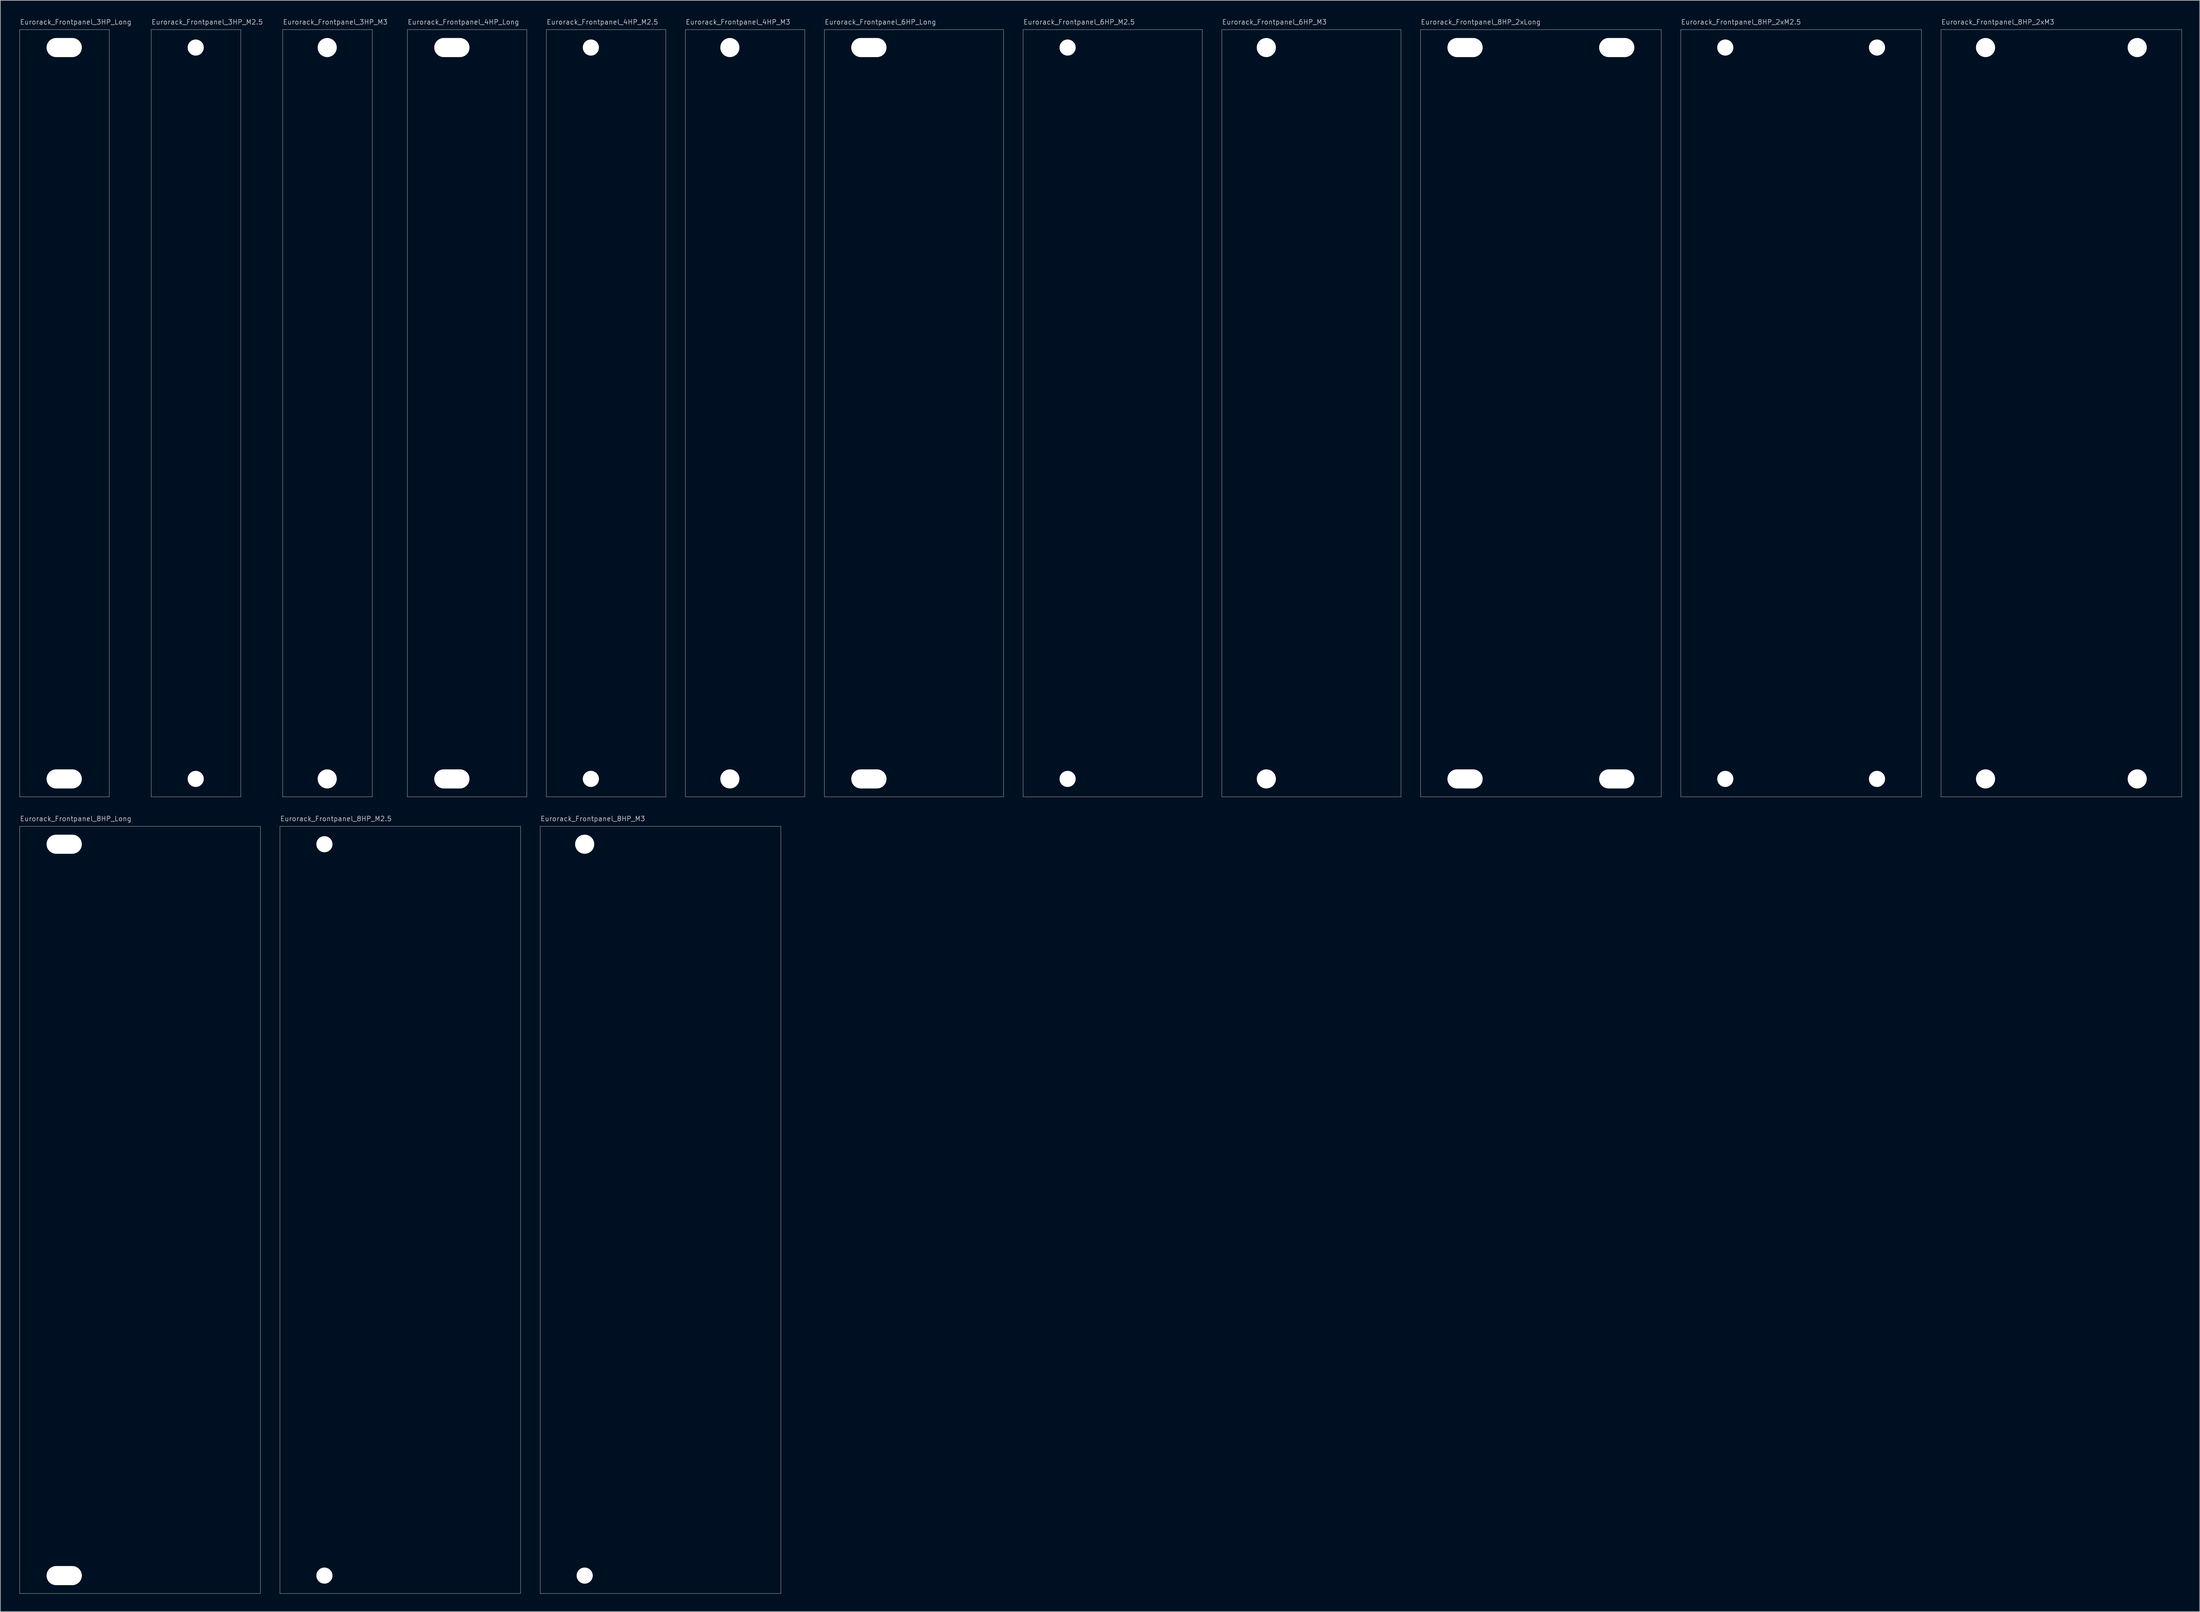
<source format=kicad_pcb>
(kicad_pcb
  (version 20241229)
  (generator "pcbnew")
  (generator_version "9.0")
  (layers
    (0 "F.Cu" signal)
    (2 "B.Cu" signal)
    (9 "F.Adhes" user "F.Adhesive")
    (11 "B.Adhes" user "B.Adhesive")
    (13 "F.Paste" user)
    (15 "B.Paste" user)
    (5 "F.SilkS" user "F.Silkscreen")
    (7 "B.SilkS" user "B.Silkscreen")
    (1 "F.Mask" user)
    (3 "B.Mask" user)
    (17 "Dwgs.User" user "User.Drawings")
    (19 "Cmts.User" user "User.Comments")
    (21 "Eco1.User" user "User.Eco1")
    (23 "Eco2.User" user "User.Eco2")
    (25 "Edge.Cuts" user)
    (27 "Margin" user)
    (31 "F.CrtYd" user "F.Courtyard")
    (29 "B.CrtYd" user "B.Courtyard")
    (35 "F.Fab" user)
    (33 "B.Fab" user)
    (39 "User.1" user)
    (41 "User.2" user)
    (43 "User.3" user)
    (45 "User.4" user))
  (footprint "Eurorack_Frontpanel_3HP_M3"
    (layer "F.Cu")
    (at 44.287 1.913)
    (property "Reference" "Eurorack_Frontpanel_3HP_M3" (at 0 -1.27 0) (unlocked yes) (layer "Dwgs.User") (effects (font (size 0.8 0.8) (thickness 0.1)) (justify left)))
    (fp_line (start 0 0) (end 15 0) (stroke (width 0.05) (type solid)) (layer "Edge.Cuts"))
    (fp_line (start 0 128.5) (end 0 0) (stroke (width 0.05) (type solid)) (layer "Edge.Cuts"))
    (fp_line (start 15 0) (end 15 128.5) (stroke (width 0.05) (type solid)) (layer "Edge.Cuts"))
    (fp_line (start 15 128.5) (end 0 128.5) (stroke (width 0.05) (type solid)) (layer "Edge.Cuts"))
    (pad "" np_thru_hole circle (at 7.45 3) (size 3.2 3.2) (drill 3.2) (layers "*.Cu" "*.Mask"))
    (pad "" np_thru_hole circle (at 7.45 125.5) (size 3.2 3.2) (drill 3.2) (layers "*.Cu" "*.Mask")))
  (footprint "Eurorack_Frontpanel_6HP_M2.5"
    (layer "F.Cu")
    (at 168.263 1.913)
    (property "Reference" "Eurorack_Frontpanel_6HP_M2.5" (at 0 -1.27 0) (unlocked yes) (layer "Dwgs.User") (effects (font (size 0.8 0.8) (thickness 0.1)) (justify left)))
    (fp_line (start 0 0) (end 30 0) (stroke (width 0.05) (type solid)) (layer "Edge.Cuts"))
    (fp_line (start 0 128.5) (end 0 0) (stroke (width 0.05) (type solid)) (layer "Edge.Cuts"))
    (fp_line (start 30 0) (end 30 128.5) (stroke (width 0.05) (type solid)) (layer "Edge.Cuts"))
    (fp_line (start 30 128.5) (end 0 128.5) (stroke (width 0.05) (type solid)) (layer "Edge.Cuts"))
    (pad "" np_thru_hole circle (at 7.45 3) (size 2.7 2.7) (drill 2.7) (layers "*.Cu" "*.Mask"))
    (pad "" np_thru_hole circle (at 7.45 125.5) (size 2.7 2.7) (drill 2.7) (layers "*.Cu" "*.Mask")))
  (footprint "Eurorack_Frontpanel_6HP_Long"
    (layer "F.Cu")
    (at 134.988 1.913)
    (property "Reference" "Eurorack_Frontpanel_6HP_Long" (at 0 -1.27 0) (unlocked yes) (layer "Dwgs.User") (effects (font (size 0.8 0.8) (thickness 0.1)) (justify left)))
    (fp_line (start 0 0) (end 30 0) (stroke (width 0.05) (type solid)) (layer "Edge.Cuts"))
    (fp_line (start 0 128.5) (end 0 0) (stroke (width 0.05) (type solid)) (layer "Edge.Cuts"))
    (fp_line (start 30 0) (end 30 128.5) (stroke (width 0.05) (type solid)) (layer "Edge.Cuts"))
    (fp_line (start 30 128.5) (end 0 128.5) (stroke (width 0.05) (type solid)) (layer "Edge.Cuts"))
    (pad "" np_thru_hole oval (at 7.45 3) (size 5.9 3.2) (drill oval 5.9 3.2) (layers "*.Cu" "*.Mask"))
    (pad "" np_thru_hole oval (at 7.45 125.5) (size 5.9 3.2) (drill oval 5.9 3.2) (layers "*.Cu" "*.Mask")))
  (footprint "Eurorack_Frontpanel_8HP_2xLong"
    (layer "F.Cu")
    (at 234.813 1.913)
    (property "Reference" "Eurorack_Frontpanel_8HP_2xLong" (at 0 -1.27 0) (unlocked yes) (layer "Dwgs.User") (effects (font (size 0.8 0.8) (thickness 0.1)) (justify left)))
    (fp_line (start 0 0) (end 40.3 0) (stroke (width 0.05) (type solid)) (layer "Edge.Cuts"))
    (fp_line (start 0 128.5) (end 0 0) (stroke (width 0.05) (type solid)) (layer "Edge.Cuts"))
    (fp_line (start 40.3 0) (end 40.3 128.5) (stroke (width 0.05) (type solid)) (layer "Edge.Cuts"))
    (fp_line (start 40.3 128.5) (end 0 128.5) (stroke (width 0.05) (type solid)) (layer "Edge.Cuts"))
    (pad "" np_thru_hole oval (at 7.45 3) (size 5.9 3.2) (drill oval 5.9 3.2) (layers "*.Cu" "*.Mask"))
    (pad "" np_thru_hole oval (at 7.45 125.5) (size 5.9 3.2) (drill oval 5.9 3.2) (layers "*.Cu" "*.Mask"))
    (pad "" np_thru_hole oval (at 32.85 3) (size 5.9 3.2) (drill oval 5.9 3.2) (layers "*.Cu" "*.Mask"))
    (pad "" np_thru_hole oval (at 32.85 125.5) (size 5.9 3.2) (drill oval 5.9 3.2) (layers "*.Cu" "*.Mask")))
  (footprint "Eurorack_Frontpanel_4HP_Long"
    (layer "F.Cu")
    (at 65.163 1.913)
    (property "Reference" "Eurorack_Frontpanel_4HP_Long" (at 0 -1.27 0) (unlocked yes) (layer "Dwgs.User") (effects (font (size 0.8 0.8) (thickness 0.1)) (justify left)))
    (fp_line (start 0 0) (end 20 0) (stroke (width 0.05) (type solid)) (layer "Edge.Cuts"))
    (fp_line (start 0 128.5) (end 0 0) (stroke (width 0.05) (type solid)) (layer "Edge.Cuts"))
    (fp_line (start 20 0) (end 20 128.5) (stroke (width 0.05) (type solid)) (layer "Edge.Cuts"))
    (fp_line (start 20 128.5) (end 0 128.5) (stroke (width 0.05) (type solid)) (layer "Edge.Cuts"))
    (pad "" np_thru_hole oval (at 7.45 3) (size 5.9 3.2) (drill oval 5.9 3.2) (layers "*.Cu" "*.Mask"))
    (pad "" np_thru_hole oval (at 7.45 125.5) (size 5.9 3.2) (drill oval 5.9 3.2) (layers "*.Cu" "*.Mask")))
  (footprint "Eurorack_Frontpanel_3HP_Long"
    (layer "F.Cu")
    (at 0.25 1.913)
    (property "Reference" "Eurorack_Frontpanel_3HP_Long" (at 0 -1.27 0) (unlocked yes) (layer "Dwgs.User") (effects (font (size 0.8 0.8) (thickness 0.1)) (justify left)))
    (fp_line (start 0 0) (end 15 0) (stroke (width 0.05) (type solid)) (layer "Edge.Cuts"))
    (fp_line (start 0 128.5) (end 0 0) (stroke (width 0.05) (type solid)) (layer "Edge.Cuts"))
    (fp_line (start 15 0) (end 15 128.5) (stroke (width 0.05) (type solid)) (layer "Edge.Cuts"))
    (fp_line (start 15 128.5) (end 0 128.5) (stroke (width 0.05) (type solid)) (layer "Edge.Cuts"))
    (pad "" np_thru_hole oval (at 7.45 3) (size 5.9 3.2) (drill oval 5.9 3.2) (layers "*.Cu" "*.Mask"))
    (pad "" np_thru_hole oval (at 7.45 125.5) (size 5.9 3.2) (drill oval 5.9 3.2) (layers "*.Cu" "*.Mask")))
  (footprint "Eurorack_Frontpanel_4HP_M2.5"
    (layer "F.Cu")
    (at 88.438 1.913)
    (property "Reference" "Eurorack_Frontpanel_4HP_M2.5" (at 0 -1.27 0) (unlocked yes) (layer "Dwgs.User") (effects (font (size 0.8 0.8) (thickness 0.1)) (justify left)))
    (fp_line (start 0 0) (end 20 0) (stroke (width 0.05) (type solid)) (layer "Edge.Cuts"))
    (fp_line (start 0 128.5) (end 0 0) (stroke (width 0.05) (type solid)) (layer "Edge.Cuts"))
    (fp_line (start 20 0) (end 20 128.5) (stroke (width 0.05) (type solid)) (layer "Edge.Cuts"))
    (fp_line (start 20 128.5) (end 0 128.5) (stroke (width 0.05) (type solid)) (layer "Edge.Cuts"))
    (pad "" np_thru_hole circle (at 7.45 3) (size 2.7 2.7) (drill 2.7) (layers "*.Cu" "*.Mask"))
    (pad "" np_thru_hole circle (at 7.45 125.5) (size 2.7 2.7) (drill 2.7) (layers "*.Cu" "*.Mask")))
  (footprint "Eurorack_Frontpanel_8HP_Long"
    (layer "F.Cu")
    (at 0.25 135.352)
    (property "Reference" "Eurorack_Frontpanel_8HP_Long" (at 0 -1.27 0) (unlocked yes) (layer "Dwgs.User") (effects (font (size 0.8 0.8) (thickness 0.1)) (justify left)))
    (fp_line (start 0 0) (end 40.3 0) (stroke (width 0.05) (type solid)) (layer "Edge.Cuts"))
    (fp_line (start 0 128.5) (end 0 0) (stroke (width 0.05) (type solid)) (layer "Edge.Cuts"))
    (fp_line (start 40.3 0) (end 40.3 128.5) (stroke (width 0.05) (type solid)) (layer "Edge.Cuts"))
    (fp_line (start 40.3 128.5) (end 0 128.5) (stroke (width 0.05) (type solid)) (layer "Edge.Cuts"))
    (pad "" np_thru_hole oval (at 7.45 3) (size 5.9 3.2) (drill oval 5.9 3.2) (layers "*.Cu" "*.Mask"))
    (pad "" np_thru_hole oval (at 7.45 125.5) (size 5.9 3.2) (drill oval 5.9 3.2) (layers "*.Cu" "*.Mask")))
  (footprint "Eurorack_Frontpanel_8HP_2xM3"
    (layer "F.Cu")
    (at 321.963 1.913)
    (property "Reference" "Eurorack_Frontpanel_8HP_2xM3" (at 0 -1.27 0) (unlocked yes) (layer "Dwgs.User") (effects (font (size 0.8 0.8) (thickness 0.1)) (justify left)))
    (fp_line (start 0 0) (end 40.3 0) (stroke (width 0.05) (type solid)) (layer "Edge.Cuts"))
    (fp_line (start 0 128.5) (end 0 0) (stroke (width 0.05) (type solid)) (layer "Edge.Cuts"))
    (fp_line (start 40.3 0) (end 40.3 128.5) (stroke (width 0.05) (type solid)) (layer "Edge.Cuts"))
    (fp_line (start 40.3 128.5) (end 0 128.5) (stroke (width 0.05) (type solid)) (layer "Edge.Cuts"))
    (pad "" np_thru_hole circle (at 7.45 3) (size 3.2 3.2) (drill 3.2) (layers "*.Cu" "*.Mask"))
    (pad "" np_thru_hole circle (at 7.45 125.5) (size 3.2 3.2) (drill 3.2) (layers "*.Cu" "*.Mask"))
    (pad "" np_thru_hole circle (at 32.85 3) (size 3.2 3.2) (drill 3.2) (layers "*.Cu" "*.Mask"))
    (pad "" np_thru_hole circle (at 32.85 125.5) (size 3.2 3.2) (drill 3.2) (layers "*.Cu" "*.Mask")))
  (footprint "Eurorack_Frontpanel_8HP_M3"
    (layer "F.Cu")
    (at 87.4 135.352)
    (property "Reference" "Eurorack_Frontpanel_8HP_M3" (at 0 -1.27 0) (unlocked yes) (layer "Dwgs.User") (effects (font (size 0.8 0.8) (thickness 0.1)) (justify left)))
    (fp_line (start 0 0) (end 40.3 0) (stroke (width 0.05) (type solid)) (layer "Edge.Cuts"))
    (fp_line (start 0 128.5) (end 0 0) (stroke (width 0.05) (type solid)) (layer "Edge.Cuts"))
    (fp_line (start 40.3 0) (end 40.3 128.5) (stroke (width 0.05) (type solid)) (layer "Edge.Cuts"))
    (fp_line (start 40.3 128.5) (end 0 128.5) (stroke (width 0.05) (type solid)) (layer "Edge.Cuts"))
    (pad "" np_thru_hole circle (at 7.45 3) (size 3.2 3.2) (drill 3.2) (layers "*.Cu" "*.Mask"))
    (pad "" np_thru_hole circle (at 7.45 125.5) (size 2.7 2.7) (drill 2.7) (layers "*.Cu" "*.Mask")))
  (footprint "Eurorack_Frontpanel_3HP_M2.5"
    (layer "F.Cu")
    (at 22.269 1.913)
    (property "Reference" "Eurorack_Frontpanel_3HP_M2.5" (at 0 -1.27 0) (unlocked yes) (layer "Dwgs.User") (effects (font (size 0.8 0.8) (thickness 0.1)) (justify left)))
    (fp_line (start 0 0) (end 15 0) (stroke (width 0.05) (type solid)) (layer "Edge.Cuts"))
    (fp_line (start 0 128.5) (end 0 0) (stroke (width 0.05) (type solid)) (layer "Edge.Cuts"))
    (fp_line (start 15 0) (end 15 128.5) (stroke (width 0.05) (type solid)) (layer "Edge.Cuts"))
    (fp_line (start 15 128.5) (end 0 128.5) (stroke (width 0.05) (type solid)) (layer "Edge.Cuts"))
    (pad "" np_thru_hole circle (at 7.45 3) (size 2.7 2.7) (drill 2.7) (layers "*.Cu" "*.Mask"))
    (pad "" np_thru_hole circle (at 7.45 125.5) (size 2.7 2.7) (drill 2.7) (layers "*.Cu" "*.Mask")))
  (footprint "Eurorack_Frontpanel_4HP_M3"
    (layer "F.Cu")
    (at 111.713 1.913)
    (property "Reference" "Eurorack_Frontpanel_4HP_M3" (at 0 -1.27 0) (unlocked yes) (layer "Dwgs.User") (effects (font (size 0.8 0.8) (thickness 0.1)) (justify left)))
    (fp_line (start 0 0) (end 20 0) (stroke (width 0.05) (type solid)) (layer "Edge.Cuts"))
    (fp_line (start 0 128.5) (end 0 0) (stroke (width 0.05) (type solid)) (layer "Edge.Cuts"))
    (fp_line (start 20 0) (end 20 128.5) (stroke (width 0.05) (type solid)) (layer "Edge.Cuts"))
    (fp_line (start 20 128.5) (end 0 128.5) (stroke (width 0.05) (type solid)) (layer "Edge.Cuts"))
    (pad "" np_thru_hole circle (at 7.45 3) (size 3.2 3.2) (drill 3.2) (layers "*.Cu" "*.Mask"))
    (pad "" np_thru_hole circle (at 7.45 125.5) (size 3.2 3.2) (drill 3.2) (layers "*.Cu" "*.Mask")))
  (footprint "Eurorack_Frontpanel_6HP_M3"
    (layer "F.Cu")
    (at 201.538 1.913)
    (property "Reference" "Eurorack_Frontpanel_6HP_M3" (at 0 -1.27 0) (unlocked yes) (layer "Dwgs.User") (effects (font (size 0.8 0.8) (thickness 0.1)) (justify left)))
    (fp_line (start 0 0) (end 30 0) (stroke (width 0.05) (type solid)) (layer "Edge.Cuts"))
    (fp_line (start 0 128.5) (end 0 0) (stroke (width 0.05) (type solid)) (layer "Edge.Cuts"))
    (fp_line (start 30 0) (end 30 128.5) (stroke (width 0.05) (type solid)) (layer "Edge.Cuts"))
    (fp_line (start 30 128.5) (end 0 128.5) (stroke (width 0.05) (type solid)) (layer "Edge.Cuts"))
    (pad "" np_thru_hole circle (at 7.45 3) (size 3.2 3.2) (drill 3.2) (layers "*.Cu" "*.Mask"))
    (pad "" np_thru_hole circle (at 7.45 125.5) (size 3.2 3.2) (drill 3.2) (layers "*.Cu" "*.Mask")))
  (footprint "Eurorack_Frontpanel_8HP_2xM2.5"
    (layer "F.Cu")
    (at 278.388 1.913)
    (property "Reference" "Eurorack_Frontpanel_8HP_2xM2.5" (at 0 -1.27 0) (unlocked yes) (layer "Dwgs.User") (effects (font (size 0.8 0.8) (thickness 0.1)) (justify left)))
    (fp_line (start 0 0) (end 40.3 0) (stroke (width 0.05) (type solid)) (layer "Edge.Cuts"))
    (fp_line (start 0 128.5) (end 0 0) (stroke (width 0.05) (type solid)) (layer "Edge.Cuts"))
    (fp_line (start 40.3 0) (end 40.3 128.5) (stroke (width 0.05) (type solid)) (layer "Edge.Cuts"))
    (fp_line (start 40.3 128.5) (end 0 128.5) (stroke (width 0.05) (type solid)) (layer "Edge.Cuts"))
    (pad "" np_thru_hole circle (at 7.45 3) (size 2.7 2.7) (drill 2.7) (layers "*.Cu" "*.Mask"))
    (pad "" np_thru_hole circle (at 7.45 125.5) (size 2.7 2.7) (drill 2.7) (layers "*.Cu" "*.Mask"))
    (pad "" np_thru_hole circle (at 32.85 3) (size 2.7 2.7) (drill 2.7) (layers "*.Cu" "*.Mask"))
    (pad "" np_thru_hole circle (at 32.85 125.5) (size 2.7 2.7) (drill 2.7) (layers "*.Cu" "*.Mask")))
  (footprint "Eurorack_Frontpanel_8HP_M2.5"
    (layer "F.Cu")
    (at 43.825 135.352)
    (property "Reference" "Eurorack_Frontpanel_8HP_M2.5" (at 0 -1.27 0) (unlocked yes) (layer "Dwgs.User") (effects (font (size 0.8 0.8) (thickness 0.1)) (justify left)))
    (fp_line (start 0 0) (end 40.3 0) (stroke (width 0.05) (type solid)) (layer "Edge.Cuts"))
    (fp_line (start 0 128.5) (end 0 0) (stroke (width 0.05) (type solid)) (layer "Edge.Cuts"))
    (fp_line (start 40.3 0) (end 40.3 128.5) (stroke (width 0.05) (type solid)) (layer "Edge.Cuts"))
    (fp_line (start 40.3 128.5) (end 0 128.5) (stroke (width 0.05) (type solid)) (layer "Edge.Cuts"))
    (pad "" np_thru_hole circle (at 7.45 3) (size 2.7 2.7) (drill 2.7) (layers "*.Cu" "*.Mask"))
    (pad "" np_thru_hole circle (at 7.45 125.5) (size 2.7 2.7) (drill 2.7) (layers "*.Cu" "*.Mask")))
  (gr_rect
    (start -3 -3)
    (end 365.288 266.877)
    (stroke (width 0.1) (type default))
    (fill no)
    (layer "Edge.Cuts")))
</source>
